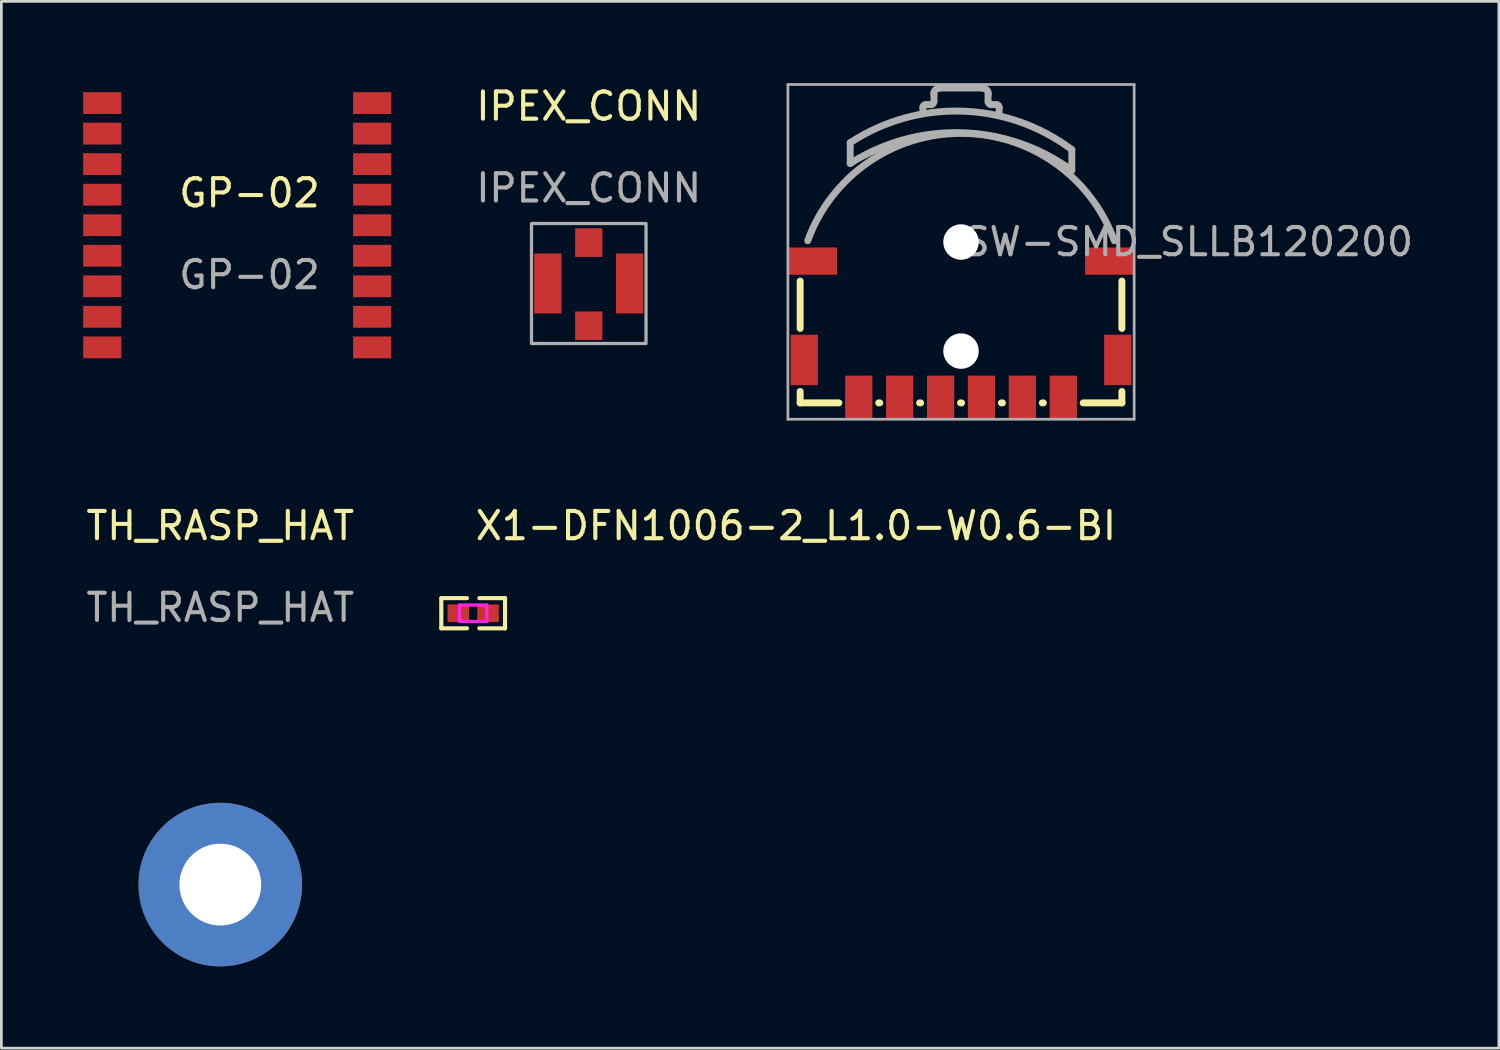
<source format=kicad_pcb>
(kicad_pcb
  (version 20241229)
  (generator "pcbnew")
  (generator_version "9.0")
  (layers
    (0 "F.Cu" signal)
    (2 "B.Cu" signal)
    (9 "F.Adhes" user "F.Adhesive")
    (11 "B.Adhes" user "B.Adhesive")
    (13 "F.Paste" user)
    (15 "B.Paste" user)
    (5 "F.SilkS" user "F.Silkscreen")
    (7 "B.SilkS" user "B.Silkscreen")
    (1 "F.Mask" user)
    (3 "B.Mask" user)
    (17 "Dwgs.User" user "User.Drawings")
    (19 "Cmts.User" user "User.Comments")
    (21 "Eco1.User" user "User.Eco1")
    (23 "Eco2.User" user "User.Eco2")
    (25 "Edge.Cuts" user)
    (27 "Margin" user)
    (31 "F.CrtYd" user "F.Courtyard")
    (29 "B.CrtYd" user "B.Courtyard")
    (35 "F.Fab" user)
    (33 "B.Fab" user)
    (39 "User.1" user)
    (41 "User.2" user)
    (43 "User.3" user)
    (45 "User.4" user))
  (footprint "IPEX_CONN"
    (layer "F.Cu")
    (at 18.544 7.348)
    (property "Reference" "IPEX_CONN" (at 0 -6.5 0) (unlocked yes) (layer "F.SilkS") (effects (font (size 1 1) (thickness 0.15))))
    (attr smd)
    (fp_rect (start -2.1 -2.2) (end 2.1 2.2) (stroke (width 0.12) (type solid)) (fill no) (layer "F.Fab"))
    (fp_text user "${REFERENCE}" (at 0 -3.5 0) (unlocked yes) (layer "F.Fab") (effects (font (size 1 1) (thickness 0.15))))
    (pad "1" smd rect (at 0 1.55) (size 1 1.05) (layers "F.Cu" "F.Mask" "F.Paste"))
    (pad "2" smd rect (at -1.5 0) (size 1 2.2) (layers "F.Cu" "F.Mask" "F.Paste"))
    (pad "3" smd rect (at 1.5 0) (size 1 2.2) (layers "F.Cu" "F.Mask" "F.Paste"))
    (pad "4" smd rect (at 0 -1.5) (size 1 1.05) (layers "F.Cu" "F.Mask" "F.Paste")))
  (footprint "GP-02"
    (layer "F.Cu")
    (at 5.9 5.23)
    (property "Reference" "GP-02" (at 0.2 -1.2 0) (unlocked yes) (layer "F.SilkS") (effects (font (size 1 1) (thickness 0.15))))
    (attr smd)
    (fp_rect (start -5.2 -5.18) (end 4.7 5.12) (stroke (width 0.1) (type solid)) (fill no) (layer "User.1"))
    (fp_text user "${REFERENCE}" (at 0.2 1.8 0) (unlocked yes) (layer "F.Fab") (effects (font (size 1 1) (thickness 0.15))))
    (pad "1" smd rect (at -5.2 -4.5) (size 1.4 0.8) (layers "F.Cu" "F.Mask" "F.Paste"))
    (pad "2" smd rect (at -5.2 -3.38) (size 1.4 0.8) (layers "F.Cu" "F.Mask" "F.Paste"))
    (pad "3" smd rect (at -5.2 -2.26) (size 1.4 0.8) (layers "F.Cu" "F.Mask" "F.Paste"))
    (pad "4" smd rect (at -5.2 -1.14) (size 1.4 0.8) (layers "F.Cu" "F.Mask" "F.Paste"))
    (pad "5" smd rect (at -5.2 -0.02) (size 1.4 0.8) (layers "F.Cu" "F.Mask" "F.Paste"))
    (pad "6" smd rect (at -5.2 1.1) (size 1.4 0.8) (layers "F.Cu" "F.Mask" "F.Paste"))
    (pad "7" smd rect (at -5.2 2.22) (size 1.4 0.8) (layers "F.Cu" "F.Mask" "F.Paste"))
    (pad "8" smd rect (at -5.2 3.34) (size 1.4 0.8) (layers "F.Cu" "F.Mask" "F.Paste"))
    (pad "9" smd rect (at -5.2 4.46) (size 1.4 0.8) (layers "F.Cu" "F.Mask" "F.Paste"))
    (pad "10" smd rect (at 4.7 -4.5) (size 1.4 0.8) (layers "F.Cu" "F.Mask" "F.Paste"))
    (pad "11" smd rect (at 4.7 -3.38) (size 1.4 0.8) (layers "F.Cu" "F.Mask" "F.Paste"))
    (pad "12" smd rect (at 4.7 -2.26) (size 1.4 0.8) (layers "F.Cu" "F.Mask" "F.Paste"))
    (pad "13" smd rect (at 4.7 -1.14) (size 1.4 0.8) (layers "F.Cu" "F.Mask" "F.Paste"))
    (pad "14" smd rect (at 4.7 -0.02) (size 1.4 0.8) (layers "F.Cu" "F.Mask" "F.Paste"))
    (pad "15" smd rect (at 4.7 1.1) (size 1.4 0.8) (layers "F.Cu" "F.Mask" "F.Paste"))
    (pad "16" smd rect (at 4.7 2.22) (size 1.4 0.8) (layers "F.Cu" "F.Mask" "F.Paste"))
    (pad "17" smd rect (at 4.7 3.34) (size 1.4 0.8) (layers "F.Cu" "F.Mask" "F.Paste"))
    (pad "18" smd rect (at 4.7 4.46) (size 1.4 0.8) (layers "F.Cu" "F.Mask" "F.Paste")))
  (footprint "X1-DFN1006-2_L1.0-W0.6-BI"
    (layer "F.Cu")
    (at 14.305 19.442)
    (property "Reference" "X1-DFN1006-2_L1.0-W0.6-BI" (at 0 -3.207 0) (layer "F.SilkS") (effects (font (size 1 1) (thickness 0.15)) (justify left)))
    (attr through_hole)
    (fp_line (start -1.169 -0.553) (end -0.226 -0.553) (stroke (width 0.152) (type solid)) (layer "F.SilkS"))
    (fp_line (start -1.169 0.553) (end -1.169 -0.553) (stroke (width 0.152) (type solid)) (layer "F.SilkS"))
    (fp_line (start -0.226 0.553) (end -1.169 0.553) (stroke (width 0.152) (type solid)) (layer "F.SilkS"))
    (fp_line (start 0.226 0.553) (end 1.169 0.553) (stroke (width 0.152) (type solid)) (layer "F.SilkS"))
    (fp_line (start 1.169 -0.553) (end 0.226 -0.553) (stroke (width 0.152) (type solid)) (layer "F.SilkS"))
    (fp_line (start 1.169 0.553) (end 1.169 -0.553) (stroke (width 0.152) (type solid)) (layer "F.SilkS"))
    (fp_poly (pts (xy -0.135 0.104) (xy -0.135 -0.104) (xy -0.404 -0.324) (xy -0.892 -0.324) (xy -0.94 -0.276) (xy -0.94 0.276) (xy -0.892 0.324) (xy -0.404 0.324)) (stroke (width 0.12) (type solid)) (fill yes) (layer "F.Paste"))
    (fp_poly (pts (xy 0.135 0.104) (xy 0.135 -0.104) (xy 0.404 -0.324) (xy 0.892 -0.324) (xy 0.94 -0.276) (xy 0.94 0.276) (xy 0.892 0.324) (xy 0.404 0.324)) (stroke (width 0.12) (type solid)) (fill yes) (layer "F.Paste"))
    (fp_circle (center -0.5 0.3) (end -0.47 0.3) (stroke (width 0.06) (type solid)) (fill no) (layer "Eco2.User"))
    (fp_poly (pts (xy -0.5 0.3) (xy -0.5 -0.3) (xy -0.25 -0.3) (xy -0.25 0.3)) (stroke (width 0.12) (type solid)) (fill no) (layer "Eco2.User"))
    (fp_poly (pts (xy 0.5 0.3) (xy 0.5 -0.3) (xy 0.25 -0.3) (xy 0.25 0.3)) (stroke (width 0.12) (type solid)) (fill no) (layer "Eco2.User"))
    (fp_line (start -0.5 -0.3) (end 0.5 -0.3) (stroke (width 0.12) (type solid)) (layer "F.CrtYd"))
    (fp_line (start -0.5 0.3) (end -0.5 -0.3) (stroke (width 0.12) (type solid)) (layer "F.CrtYd"))
    (fp_line (start 0.5 -0.3) (end 0.5 0.3) (stroke (width 0.12) (type solid)) (layer "F.CrtYd"))
    (fp_line (start 0.5 0.3) (end -0.5 0.3) (stroke (width 0.12) (type solid)) (layer "F.CrtYd"))
    (pad "1" smd rect (at -0.545 0) (size 0.79 0.648) (layers "F.Cu" "F.Mask" "F.Paste"))
    (pad "2" smd rect (at 0.545 0) (size 0.79 0.648) (layers "F.Cu" "F.Mask" "F.Paste")))
  (footprint "TH_RASP_HAT"
    (layer "F.Cu")
    (at 5.03 29.395)
    (property "Reference" "TH_RASP_HAT" (at 0 -13.16 0) (unlocked yes) (layer "F.SilkS") (effects (font (size 1 1) (thickness 0.15))))
    (attr through_hole)
    (fp_text user "${REFERENCE}" (at 0 -10.16 0) (unlocked yes) (layer "F.Fab") (effects (font (size 1 1) (thickness 0.15))))
    (pad "1" thru_hole circle (at 0 0) (size 6 6) (drill 3) (layers "*.Cu" "*.Mask")))
  (footprint "SW-SMD_SLLB120200"
    (layer "F.Cu")
    (at 32.198 9.027)
    (property "Reference" "SW-SMD_SLLB120200" (at 0 -3.207 0) (layer "F.Fab") (effects (font (size 1 1) (thickness 0.15)) (justify left)))
    (attr through_hole)
    (fp_line (start -5.9 -0.031) (end -5.9 -1.769) (stroke (width 0.254) (type solid)) (layer "F.SilkS"))
    (fp_line (start -5.9 2.7) (end -5.9 2.281) (stroke (width 0.254) (type solid)) (layer "F.SilkS"))
    (fp_line (start -5.9 2.7) (end -4.481 2.7) (stroke (width 0.254) (type solid)) (layer "F.SilkS"))
    (fp_line (start -3.019 2.7) (end -2.981 2.7) (stroke (width 0.254) (type solid)) (layer "F.SilkS"))
    (fp_line (start -1.519 2.7) (end -1.481 2.7) (stroke (width 0.254) (type solid)) (layer "F.SilkS"))
    (fp_line (start -0.019 2.7) (end 0.019 2.7) (stroke (width 0.254) (type solid)) (layer "F.SilkS"))
    (fp_line (start 1.481 2.7) (end 1.519 2.7) (stroke (width 0.254) (type solid)) (layer "F.SilkS"))
    (fp_line (start 2.981 2.7) (end 3.019 2.7) (stroke (width 0.254) (type solid)) (layer "F.SilkS"))
    (fp_line (start 4.481 2.7) (end 5.9 2.7) (stroke (width 0.254) (type solid)) (layer "F.SilkS"))
    (fp_line (start 5.9 -0.031) (end 5.9 -1.769) (stroke (width 0.254) (type solid)) (layer "F.SilkS"))
    (fp_line (start 5.9 2.7) (end 5.9 2.281) (stroke (width 0.254) (type solid)) (layer "F.SilkS"))
    (fp_circle (center -6.35 3.3) (end -6.32 3.3) (stroke (width 0.06) (type solid)) (fill no) (layer "Eco2.User"))
    (fp_circle (center 0 -3.2) (end 0.275 -3.2) (stroke (width 0.55) (type solid)) (fill no) (layer "Eco2.User"))
    (fp_circle (center 0 0.8) (end 0.275 0.8) (stroke (width 0.55) (type solid)) (fill no) (layer "Eco2.User"))
    (fp_poly (pts (xy -6.35 -3) (xy -4.55 -3) (xy -4.55 -2) (xy -6.35 -2)) (stroke (width 0.12) (type solid)) (fill no) (layer "Eco2.User"))
    (fp_poly (pts (xy -6.25 0.2) (xy -5.25 0.2) (xy -5.25 2.05) (xy -6.25 2.05)) (stroke (width 0.12) (type solid)) (fill no) (layer "Eco2.User"))
    (fp_poly (pts (xy -4.25 1.7) (xy -3.25 1.7) (xy -3.25 3.3) (xy -4.25 3.3)) (stroke (width 0.12) (type solid)) (fill no) (layer "Eco2.User"))
    (fp_poly (pts (xy -2.75 1.7) (xy -1.75 1.7) (xy -1.75 3.3) (xy -2.75 3.3)) (stroke (width 0.12) (type solid)) (fill no) (layer "Eco2.User"))
    (fp_poly (pts (xy -1.25 1.7) (xy -0.25 1.7) (xy -0.25 3.3) (xy -1.25 3.3)) (stroke (width 0.12) (type solid)) (fill no) (layer "Eco2.User"))
    (fp_poly (pts (xy 0.25 1.7) (xy 1.25 1.7) (xy 1.25 3.3) (xy 0.25 3.3)) (stroke (width 0.12) (type solid)) (fill no) (layer "Eco2.User"))
    (fp_poly (pts (xy 1.75 1.7) (xy 2.75 1.7) (xy 2.75 3.3) (xy 1.75 3.3)) (stroke (width 0.12) (type solid)) (fill no) (layer "Eco2.User"))
    (fp_poly (pts (xy 3.25 1.7) (xy 4.25 1.7) (xy 4.25 3.3) (xy 3.25 3.3)) (stroke (width 0.12) (type solid)) (fill no) (layer "Eco2.User"))
    (fp_poly (pts (xy 4.55 -3) (xy 6.35 -3) (xy 6.35 -2) (xy 4.55 -2)) (stroke (width 0.12) (type solid)) (fill no) (layer "Eco2.User"))
    (fp_poly (pts (xy 5.25 0.2) (xy 6.25 0.2) (xy 6.25 2.05) (xy 5.25 2.05)) (stroke (width 0.12) (type solid)) (fill no) (layer "Eco2.User"))
    (fp_line (start -6.35 -8.977) (end 6.35 -8.977) (stroke (width 0.1) (type solid)) (layer "F.Fab"))
    (fp_line (start -6.35 3.3) (end -6.35 -8.977) (stroke (width 0.1) (type solid)) (layer "F.Fab"))
    (fp_line (start -4.064 -6.844) (end -4.064 -6.082) (stroke (width 0.254) (type solid)) (layer "F.Fab"))
    (fp_line (start -1.397 -7.936) (end -1.397 -8.139) (stroke (width 0.254) (type solid)) (layer "F.Fab"))
    (fp_line (start -1.295 -8.241) (end -1.092 -8.241) (stroke (width 0.254) (type solid)) (layer "F.Fab"))
    (fp_line (start -0.991 -8.342) (end -0.991 -8.647) (stroke (width 0.254) (type solid)) (layer "F.Fab"))
    (fp_line (start -0.787 -8.85) (end 0.787 -8.85) (stroke (width 0.254) (type solid)) (layer "F.Fab"))
    (fp_line (start 0.991 -8.647) (end 0.991 -8.342) (stroke (width 0.254) (type solid)) (layer "F.Fab"))
    (fp_line (start 1.092 -8.241) (end 1.295 -8.241) (stroke (width 0.254) (type solid)) (layer "F.Fab"))
    (fp_line (start 1.397 -7.936) (end 1.397 -8.139) (stroke (width 0.254) (type solid)) (layer "F.Fab"))
    (fp_line (start 4.064 -5.828) (end 4.064 -6.59) (stroke (width 0.254) (type solid)) (layer "F.Fab"))
    (fp_line (start 6.35 -8.977) (end 6.35 3.3) (stroke (width 0.1) (type solid)) (layer "F.Fab"))
    (fp_line (start 6.35 3.3) (end -6.35 3.3) (stroke (width 0.1) (type solid)) (layer "F.Fab"))
    (fp_arc (start -5.622587 -3.249136) (mid 0.000604 -7.18569) (end 5.623 -3.248) (stroke (width 0.254) (type solid)) (layer "F.Fab"))
    (fp_arc (start -4.064528 -6.843739) (mid 0.039799 -8.000277) (end 4.064 -6.59) (stroke (width 0.254) (type solid)) (layer "F.Fab"))
    (fp_arc (start -4.064139 -6.081869) (mid 0.039102 -7.209089) (end 4.064 -5.828) (stroke (width 0.254) (type solid)) (layer "F.Fab"))
    (fp_arc (start -1.400001 -8.140112) (mid -1.370969 -8.211048) (end -1.3 -8.24) (stroke (width 0.254) (type solid)) (layer "F.Fab"))
    (fp_arc (start -1.000002 -8.639321) (mid -0.941358 -8.780877) (end -0.8 -8.84) (stroke (width 0.254) (type solid)) (layer "F.Fab"))
    (fp_arc (start -1 -8.34) (mid -1.029239 -8.269347) (end -1.099848 -8.24) (stroke (width 0.254) (type solid)) (layer "F.Fab"))
    (fp_arc (start 0.799321 -8.840002) (mid 0.940877 -8.781358) (end 1 -8.64) (stroke (width 0.254) (type solid)) (layer "F.Fab"))
    (fp_arc (start 1.1 -8.24) (mid 1.029347 -8.269239) (end 1 -8.339848) (stroke (width 0.254) (type solid)) (layer "F.Fab"))
    (fp_arc (start 1.300112 -8.240001) (mid 1.371048 -8.210969) (end 1.4 -8.14) (stroke (width 0.254) (type solid)) (layer "F.Fab"))
    (pad "" np_thru_hole circle (at 0 -3.2) (size 1.3 1.3) (drill 1.3) (layers "*.Cu" "*.Mask"))
    (pad "" np_thru_hole circle (at 0 0.8) (size 1.3 1.3) (drill 1.3) (layers "*.Cu" "*.Mask"))
    (pad "1" smd rect (at -3.75 2.5) (size 1 1.6) (layers "F.Cu" "F.Mask" "F.Paste"))
    (pad "2" smd rect (at -2.25 2.5) (size 1 1.6) (layers "F.Cu" "F.Mask" "F.Paste"))
    (pad "3" smd rect (at 0.75 2.5) (size 1 1.6) (layers "F.Cu" "F.Mask" "F.Paste"))
    (pad "4" smd rect (at 2.25 2.5) (size 1 1.6) (layers "F.Cu" "F.Mask" "F.Paste"))
    (pad "5" smd rect (at 5.75 1.125) (size 1 1.85) (layers "F.Cu" "F.Mask" "F.Paste"))
    (pad "6" smd rect (at 5.45 -2.5) (size 1.8 1) (layers "F.Cu" "F.Mask" "F.Paste"))
    (pad "7" smd rect (at -5.45 -2.5) (size 1.8 1) (layers "F.Cu" "F.Mask" "F.Paste"))
    (pad "8" smd rect (at -5.75 1.125) (size 1 1.85) (layers "F.Cu" "F.Mask" "F.Paste"))
    (pad "C" smd rect (at 3.75 2.5) (size 1 1.6) (layers "F.Cu" "F.Mask" "F.Paste"))
    (pad "T" smd rect (at -0.75 2.5) (size 1 1.6) (layers "F.Cu" "F.Mask" "F.Paste")))
  (gr_rect
    (start -3 -3)
    (end 51.924 35.395)
    (stroke (width 0.1) (type default))
    (fill no)
    (layer "Edge.Cuts")))
</source>
